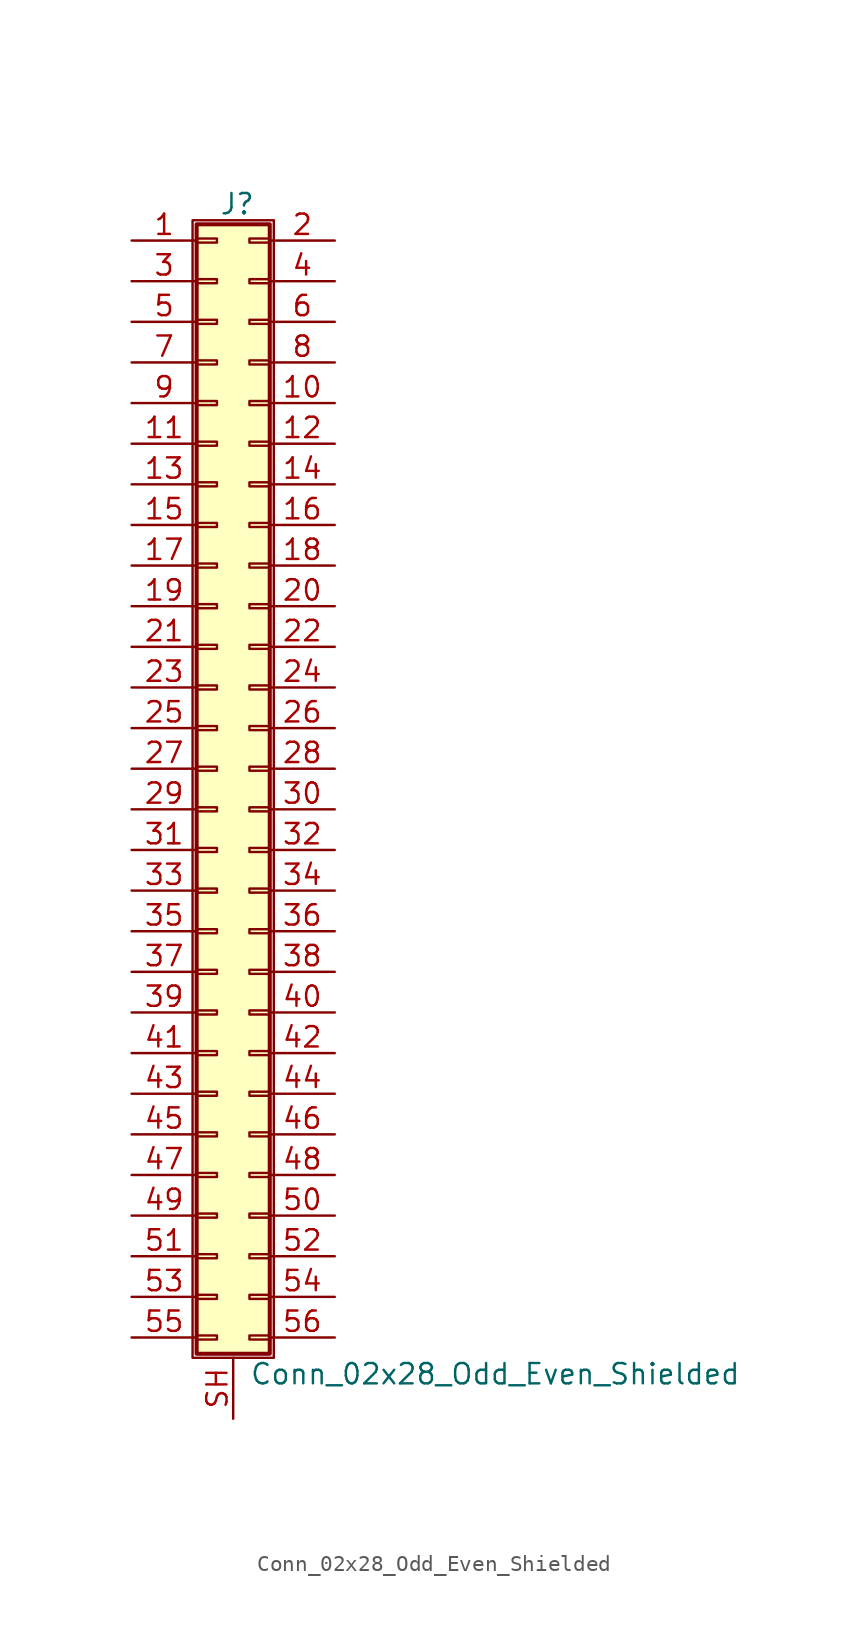
<source format=kicad_sym>
(kicad_symbol_lib
  (version 20211014)
  (generator kicad_symbol_editor)
  (symbol "Conn_02x28_Odd_Even_Shielded"
    (pin_names
      (offset 1.016) hide)
    (property "Reference" "J"
      (at 1.524 35.306 0)
      (effects (font (size 1.27 1.27))))
    (property "Value" "Conn_02x28_Odd_Even_Shielded"
      (at 2.286 -37.846 0)
      (effects (font (size 1.27 1.27)) (justify left)))
    (symbol "Conn_02x28_Odd_Even_Shielded_1_1"
      (rectangle (start -1.27 34.29) (end 3.81 -36.83) (stroke (width 0.152) (type default) (color 0 0 0 0)) (fill (type none)))
      (rectangle (start -1.016 -35.433) (end 0.254 -35.687) (stroke (width 0.152) (type default) (color 0 0 0 0)) (fill (type none)))
      (rectangle (start -1.016 -32.893) (end 0.254 -33.147) (stroke (width 0.152) (type default) (color 0 0 0 0)) (fill (type none)))
      (rectangle (start -1.016 -30.353) (end 0.254 -30.607) (stroke (width 0.152) (type default) (color 0 0 0 0)) (fill (type none)))
      (rectangle (start -1.016 -27.813) (end 0.254 -28.067) (stroke (width 0.152) (type default) (color 0 0 0 0)) (fill (type none)))
      (rectangle (start -1.016 -25.273) (end 0.254 -25.527) (stroke (width 0.152) (type default) (color 0 0 0 0)) (fill (type none)))
      (rectangle (start -1.016 -22.733) (end 0.254 -22.987) (stroke (width 0.152) (type default) (color 0 0 0 0)) (fill (type none)))
      (rectangle (start -1.016 -20.193) (end 0.254 -20.447) (stroke (width 0.152) (type default) (color 0 0 0 0)) (fill (type none)))
      (rectangle (start -1.016 -17.653) (end 0.254 -17.907) (stroke (width 0.152) (type default) (color 0 0 0 0)) (fill (type none)))
      (rectangle (start -1.016 -15.113) (end 0.254 -15.367) (stroke (width 0.152) (type default) (color 0 0 0 0)) (fill (type none)))
      (rectangle (start -1.016 -12.573) (end 0.254 -12.827) (stroke (width 0.152) (type default) (color 0 0 0 0)) (fill (type none)))
      (rectangle (start -1.016 -10.033) (end 0.254 -10.287) (stroke (width 0.152) (type default) (color 0 0 0 0)) (fill (type none)))
      (rectangle (start -1.016 -7.493) (end 0.254 -7.747) (stroke (width 0.152) (type default) (color 0 0 0 0)) (fill (type none)))
      (rectangle (start -1.016 -4.953) (end 0.254 -5.207) (stroke (width 0.152) (type default) (color 0 0 0 0)) (fill (type none)))
      (rectangle (start -1.016 -2.413) (end 0.254 -2.667) (stroke (width 0.152) (type default) (color 0 0 0 0)) (fill (type none)))
      (rectangle (start -1.016 0.127) (end 0.254 -0.127) (stroke (width 0.152) (type default) (color 0 0 0 0)) (fill (type none)))
      (rectangle (start -1.016 2.667) (end 0.254 2.413) (stroke (width 0.152) (type default) (color 0 0 0 0)) (fill (type none)))
      (rectangle (start -1.016 5.207) (end 0.254 4.953) (stroke (width 0.152) (type default) (color 0 0 0 0)) (fill (type none)))
      (rectangle (start -1.016 7.747) (end 0.254 7.493) (stroke (width 0.152) (type default) (color 0 0 0 0)) (fill (type none)))
      (rectangle (start -1.016 10.287) (end 0.254 10.033) (stroke (width 0.152) (type default) (color 0 0 0 0)) (fill (type none)))
      (rectangle (start -1.016 12.827) (end 0.254 12.573) (stroke (width 0.152) (type default) (color 0 0 0 0)) (fill (type none)))
      (rectangle (start -1.016 15.367) (end 0.254 15.113) (stroke (width 0.152) (type default) (color 0 0 0 0)) (fill (type none)))
      (rectangle (start -1.016 17.907) (end 0.254 17.653) (stroke (width 0.152) (type default) (color 0 0 0 0)) (fill (type none)))
      (rectangle (start -1.016 20.447) (end 0.254 20.193) (stroke (width 0.152) (type default) (color 0 0 0 0)) (fill (type none)))
      (rectangle (start -1.016 22.987) (end 0.254 22.733) (stroke (width 0.152) (type default) (color 0 0 0 0)) (fill (type none)))
      (rectangle (start -1.016 25.527) (end 0.254 25.273) (stroke (width 0.152) (type default) (color 0 0 0 0)) (fill (type none)))
      (rectangle (start -1.016 28.067) (end 0.254 27.813) (stroke (width 0.152) (type default) (color 0 0 0 0)) (fill (type none)))
      (rectangle (start -1.016 30.607) (end 0.254 30.353) (stroke (width 0.152) (type default) (color 0 0 0 0)) (fill (type none)))
      (rectangle (start -1.016 33.147) (end 0.254 32.893) (stroke (width 0.152) (type default) (color 0 0 0 0)) (fill (type none)))
      (rectangle (start -1.016 34.036) (end 3.556 -36.576) (stroke (width 0.254) (type default) (color 0 0 0 0)) (fill (type background)))
      (rectangle (start 3.556 -35.433) (end 2.286 -35.687) (stroke (width 0.152) (type default) (color 0 0 0 0)) (fill (type none)))
      (rectangle (start 3.556 -32.893) (end 2.286 -33.147) (stroke (width 0.152) (type default) (color 0 0 0 0)) (fill (type none)))
      (rectangle (start 3.556 -30.353) (end 2.286 -30.607) (stroke (width 0.152) (type default) (color 0 0 0 0)) (fill (type none)))
      (rectangle (start 3.556 -27.813) (end 2.286 -28.067) (stroke (width 0.152) (type default) (color 0 0 0 0)) (fill (type none)))
      (rectangle (start 3.556 -25.273) (end 2.286 -25.527) (stroke (width 0.152) (type default) (color 0 0 0 0)) (fill (type none)))
      (rectangle (start 3.556 -22.733) (end 2.286 -22.987) (stroke (width 0.152) (type default) (color 0 0 0 0)) (fill (type none)))
      (rectangle (start 3.556 -20.193) (end 2.286 -20.447) (stroke (width 0.152) (type default) (color 0 0 0 0)) (fill (type none)))
      (rectangle (start 3.556 -17.653) (end 2.286 -17.907) (stroke (width 0.152) (type default) (color 0 0 0 0)) (fill (type none)))
      (rectangle (start 3.556 -15.113) (end 2.286 -15.367) (stroke (width 0.152) (type default) (color 0 0 0 0)) (fill (type none)))
      (rectangle (start 3.556 -12.573) (end 2.286 -12.827) (stroke (width 0.152) (type default) (color 0 0 0 0)) (fill (type none)))
      (rectangle (start 3.556 -10.033) (end 2.286 -10.287) (stroke (width 0.152) (type default) (color 0 0 0 0)) (fill (type none)))
      (rectangle (start 3.556 -7.493) (end 2.286 -7.747) (stroke (width 0.152) (type default) (color 0 0 0 0)) (fill (type none)))
      (rectangle (start 3.556 -4.953) (end 2.286 -5.207) (stroke (width 0.152) (type default) (color 0 0 0 0)) (fill (type none)))
      (rectangle (start 3.556 -2.413) (end 2.286 -2.667) (stroke (width 0.152) (type default) (color 0 0 0 0)) (fill (type none)))
      (rectangle (start 3.556 0.127) (end 2.286 -0.127) (stroke (width 0.152) (type default) (color 0 0 0 0)) (fill (type none)))
      (rectangle (start 3.556 2.667) (end 2.286 2.413) (stroke (width 0.152) (type default) (color 0 0 0 0)) (fill (type none)))
      (rectangle (start 3.556 5.207) (end 2.286 4.953) (stroke (width 0.152) (type default) (color 0 0 0 0)) (fill (type none)))
      (rectangle (start 3.556 7.747) (end 2.286 7.493) (stroke (width 0.152) (type default) (color 0 0 0 0)) (fill (type none)))
      (rectangle (start 3.556 10.287) (end 2.286 10.033) (stroke (width 0.152) (type default) (color 0 0 0 0)) (fill (type none)))
      (rectangle (start 3.556 12.827) (end 2.286 12.573) (stroke (width 0.152) (type default) (color 0 0 0 0)) (fill (type none)))
      (rectangle (start 3.556 15.367) (end 2.286 15.113) (stroke (width 0.152) (type default) (color 0 0 0 0)) (fill (type none)))
      (rectangle (start 3.556 17.907) (end 2.286 17.653) (stroke (width 0.152) (type default) (color 0 0 0 0)) (fill (type none)))
      (rectangle (start 3.556 20.447) (end 2.286 20.193) (stroke (width 0.152) (type default) (color 0 0 0 0)) (fill (type none)))
      (rectangle (start 3.556 22.987) (end 2.286 22.733) (stroke (width 0.152) (type default) (color 0 0 0 0)) (fill (type none)))
      (rectangle (start 3.556 25.527) (end 2.286 25.273) (stroke (width 0.152) (type default) (color 0 0 0 0)) (fill (type none)))
      (rectangle (start 3.556 28.067) (end 2.286 27.813) (stroke (width 0.152) (type default) (color 0 0 0 0)) (fill (type none)))
      (rectangle (start 3.556 30.607) (end 2.286 30.353) (stroke (width 0.152) (type default) (color 0 0 0 0)) (fill (type none)))
      (rectangle (start 3.556 33.147) (end 2.286 32.893) (stroke (width 0.152) (type default) (color 0 0 0 0)) (fill (type none)))
      (pin passive line (at -5.08 33.02 0) (length 4.064) (name "Pin_1" (effects (font (size 1.27 1.27)))) (number "1" (effects (font (size 1.27 1.27)))))
      (pin passive line (at 7.62 22.86 180) (length 4.064) (name "Pin_10" (effects (font (size 1.27 1.27)))) (number "10" (effects (font (size 1.27 1.27)))))
      (pin passive line (at -5.08 20.32 0) (length 4.064) (name "Pin_11" (effects (font (size 1.27 1.27)))) (number "11" (effects (font (size 1.27 1.27)))))
      (pin passive line (at 7.62 20.32 180) (length 4.064) (name "Pin_12" (effects (font (size 1.27 1.27)))) (number "12" (effects (font (size 1.27 1.27)))))
      (pin passive line (at -5.08 17.78 0) (length 4.064) (name "Pin_13" (effects (font (size 1.27 1.27)))) (number "13" (effects (font (size 1.27 1.27)))))
      (pin passive line (at 7.62 17.78 180) (length 4.064) (name "Pin_14" (effects (font (size 1.27 1.27)))) (number "14" (effects (font (size 1.27 1.27)))))
      (pin passive line (at -5.08 15.24 0) (length 4.064) (name "Pin_15" (effects (font (size 1.27 1.27)))) (number "15" (effects (font (size 1.27 1.27)))))
      (pin passive line (at 7.62 15.24 180) (length 4.064) (name "Pin_16" (effects (font (size 1.27 1.27)))) (number "16" (effects (font (size 1.27 1.27)))))
      (pin passive line (at -5.08 12.7 0) (length 4.064) (name "Pin_17" (effects (font (size 1.27 1.27)))) (number "17" (effects (font (size 1.27 1.27)))))
      (pin passive line (at 7.62 12.7 180) (length 4.064) (name "Pin_18" (effects (font (size 1.27 1.27)))) (number "18" (effects (font (size 1.27 1.27)))))
      (pin passive line (at -5.08 10.16 0) (length 4.064) (name "Pin_19" (effects (font (size 1.27 1.27)))) (number "19" (effects (font (size 1.27 1.27)))))
      (pin passive line (at 7.62 33.02 180) (length 4.064) (name "Pin_2" (effects (font (size 1.27 1.27)))) (number "2" (effects (font (size 1.27 1.27)))))
      (pin passive line (at 7.62 10.16 180) (length 4.064) (name "Pin_20" (effects (font (size 1.27 1.27)))) (number "20" (effects (font (size 1.27 1.27)))))
      (pin passive line (at -5.08 7.62 0) (length 4.064) (name "Pin_21" (effects (font (size 1.27 1.27)))) (number "21" (effects (font (size 1.27 1.27)))))
      (pin passive line (at 7.62 7.62 180) (length 4.064) (name "Pin_22" (effects (font (size 1.27 1.27)))) (number "22" (effects (font (size 1.27 1.27)))))
      (pin passive line (at -5.08 5.08 0) (length 4.064) (name "Pin_23" (effects (font (size 1.27 1.27)))) (number "23" (effects (font (size 1.27 1.27)))))
      (pin passive line (at 7.62 5.08 180) (length 4.064) (name "Pin_24" (effects (font (size 1.27 1.27)))) (number "24" (effects (font (size 1.27 1.27)))))
      (pin passive line (at -5.08 2.54 0) (length 4.064) (name "Pin_25" (effects (font (size 1.27 1.27)))) (number "25" (effects (font (size 1.27 1.27)))))
      (pin passive line (at 7.62 2.54 180) (length 4.064) (name "Pin_26" (effects (font (size 1.27 1.27)))) (number "26" (effects (font (size 1.27 1.27)))))
      (pin passive line (at -5.08 0 0) (length 4.064) (name "Pin_27" (effects (font (size 1.27 1.27)))) (number "27" (effects (font (size 1.27 1.27)))))
      (pin passive line (at 7.62 0 180) (length 4.064) (name "Pin_28" (effects (font (size 1.27 1.27)))) (number "28" (effects (font (size 1.27 1.27)))))
      (pin passive line (at -5.08 -2.54 0) (length 4.064) (name "Pin_29" (effects (font (size 1.27 1.27)))) (number "29" (effects (font (size 1.27 1.27)))))
      (pin passive line (at -5.08 30.48 0) (length 4.064) (name "Pin_3" (effects (font (size 1.27 1.27)))) (number "3" (effects (font (size 1.27 1.27)))))
      (pin passive line (at 7.62 -2.54 180) (length 4.064) (name "Pin_30" (effects (font (size 1.27 1.27)))) (number "30" (effects (font (size 1.27 1.27)))))
      (pin passive line (at -5.08 -5.08 0) (length 4.064) (name "Pin_31" (effects (font (size 1.27 1.27)))) (number "31" (effects (font (size 1.27 1.27)))))
      (pin passive line (at 7.62 -5.08 180) (length 4.064) (name "Pin_32" (effects (font (size 1.27 1.27)))) (number "32" (effects (font (size 1.27 1.27)))))
      (pin passive line (at -5.08 -7.62 0) (length 4.064) (name "Pin_33" (effects (font (size 1.27 1.27)))) (number "33" (effects (font (size 1.27 1.27)))))
      (pin passive line (at 7.62 -7.62 180) (length 4.064) (name "Pin_34" (effects (font (size 1.27 1.27)))) (number "34" (effects (font (size 1.27 1.27)))))
      (pin passive line (at -5.08 -10.16 0) (length 4.064) (name "Pin_35" (effects (font (size 1.27 1.27)))) (number "35" (effects (font (size 1.27 1.27)))))
      (pin passive line (at 7.62 -10.16 180) (length 4.064) (name "Pin_36" (effects (font (size 1.27 1.27)))) (number "36" (effects (font (size 1.27 1.27)))))
      (pin passive line (at -5.08 -12.7 0) (length 4.064) (name "Pin_37" (effects (font (size 1.27 1.27)))) (number "37" (effects (font (size 1.27 1.27)))))
      (pin passive line (at 7.62 -12.7 180) (length 4.064) (name "Pin_38" (effects (font (size 1.27 1.27)))) (number "38" (effects (font (size 1.27 1.27)))))
      (pin passive line (at -5.08 -15.24 0) (length 4.064) (name "Pin_39" (effects (font (size 1.27 1.27)))) (number "39" (effects (font (size 1.27 1.27)))))
      (pin passive line (at 7.62 30.48 180) (length 4.064) (name "Pin_4" (effects (font (size 1.27 1.27)))) (number "4" (effects (font (size 1.27 1.27)))))
      (pin passive line (at 7.62 -15.24 180) (length 4.064) (name "Pin_40" (effects (font (size 1.27 1.27)))) (number "40" (effects (font (size 1.27 1.27)))))
      (pin passive line (at -5.08 -17.78 0) (length 4.064) (name "Pin_41" (effects (font (size 1.27 1.27)))) (number "41" (effects (font (size 1.27 1.27)))))
      (pin passive line (at 7.62 -17.78 180) (length 4.064) (name "Pin_42" (effects (font (size 1.27 1.27)))) (number "42" (effects (font (size 1.27 1.27)))))
      (pin passive line (at -5.08 -20.32 0) (length 4.064) (name "Pin_43" (effects (font (size 1.27 1.27)))) (number "43" (effects (font (size 1.27 1.27)))))
      (pin passive line (at 7.62 -20.32 180) (length 4.064) (name "Pin_44" (effects (font (size 1.27 1.27)))) (number "44" (effects (font (size 1.27 1.27)))))
      (pin passive line (at -5.08 -22.86 0) (length 4.064) (name "Pin_45" (effects (font (size 1.27 1.27)))) (number "45" (effects (font (size 1.27 1.27)))))
      (pin passive line (at 7.62 -22.86 180) (length 4.064) (name "Pin_46" (effects (font (size 1.27 1.27)))) (number "46" (effects (font (size 1.27 1.27)))))
      (pin passive line (at -5.08 -25.4 0) (length 4.064) (name "Pin_47" (effects (font (size 1.27 1.27)))) (number "47" (effects (font (size 1.27 1.27)))))
      (pin passive line (at 7.62 -25.4 180) (length 4.064) (name "Pin_48" (effects (font (size 1.27 1.27)))) (number "48" (effects (font (size 1.27 1.27)))))
      (pin passive line (at -5.08 -27.94 0) (length 4.064) (name "Pin_49" (effects (font (size 1.27 1.27)))) (number "49" (effects (font (size 1.27 1.27)))))
      (pin passive line (at -5.08 27.94 0) (length 4.064) (name "Pin_5" (effects (font (size 1.27 1.27)))) (number "5" (effects (font (size 1.27 1.27)))))
      (pin passive line (at 7.62 -27.94 180) (length 4.064) (name "Pin_50" (effects (font (size 1.27 1.27)))) (number "50" (effects (font (size 1.27 1.27)))))
      (pin passive line (at -5.08 -30.48 0) (length 4.064) (name "Pin_51" (effects (font (size 1.27 1.27)))) (number "51" (effects (font (size 1.27 1.27)))))
      (pin passive line (at 7.62 -30.48 180) (length 4.064) (name "Pin_52" (effects (font (size 1.27 1.27)))) (number "52" (effects (font (size 1.27 1.27)))))
      (pin passive line (at -5.08 -33.02 0) (length 4.064) (name "Pin_53" (effects (font (size 1.27 1.27)))) (number "53" (effects (font (size 1.27 1.27)))))
      (pin passive line (at 7.62 -33.02 180) (length 4.064) (name "Pin_54" (effects (font (size 1.27 1.27)))) (number "54" (effects (font (size 1.27 1.27)))))
      (pin passive line (at -5.08 -35.56 0) (length 4.064) (name "Pin_55" (effects (font (size 1.27 1.27)))) (number "55" (effects (font (size 1.27 1.27)))))
      (pin passive line (at 7.62 -35.56 180) (length 4.064) (name "Pin_56" (effects (font (size 1.27 1.27)))) (number "56" (effects (font (size 1.27 1.27)))))
      (pin passive line (at 7.62 27.94 180) (length 4.064) (name "Pin_6" (effects (font (size 1.27 1.27)))) (number "6" (effects (font (size 1.27 1.27)))))
      (pin passive line (at -5.08 25.4 0) (length 4.064) (name "Pin_7" (effects (font (size 1.27 1.27)))) (number "7" (effects (font (size 1.27 1.27)))))
      (pin passive line (at 7.62 25.4 180) (length 4.064) (name "Pin_8" (effects (font (size 1.27 1.27)))) (number "8" (effects (font (size 1.27 1.27)))))
      (pin passive line (at -5.08 22.86 0) (length 4.064) (name "Pin_9" (effects (font (size 1.27 1.27)))) (number "9" (effects (font (size 1.27 1.27)))))
      (pin passive line (at 1.27 -40.64 90) (length 3.81) (name "Shield" (effects (font (size 1.27 1.27)))) (number "SH" (effects (font (size 1.27 1.27))))))))
</source>
